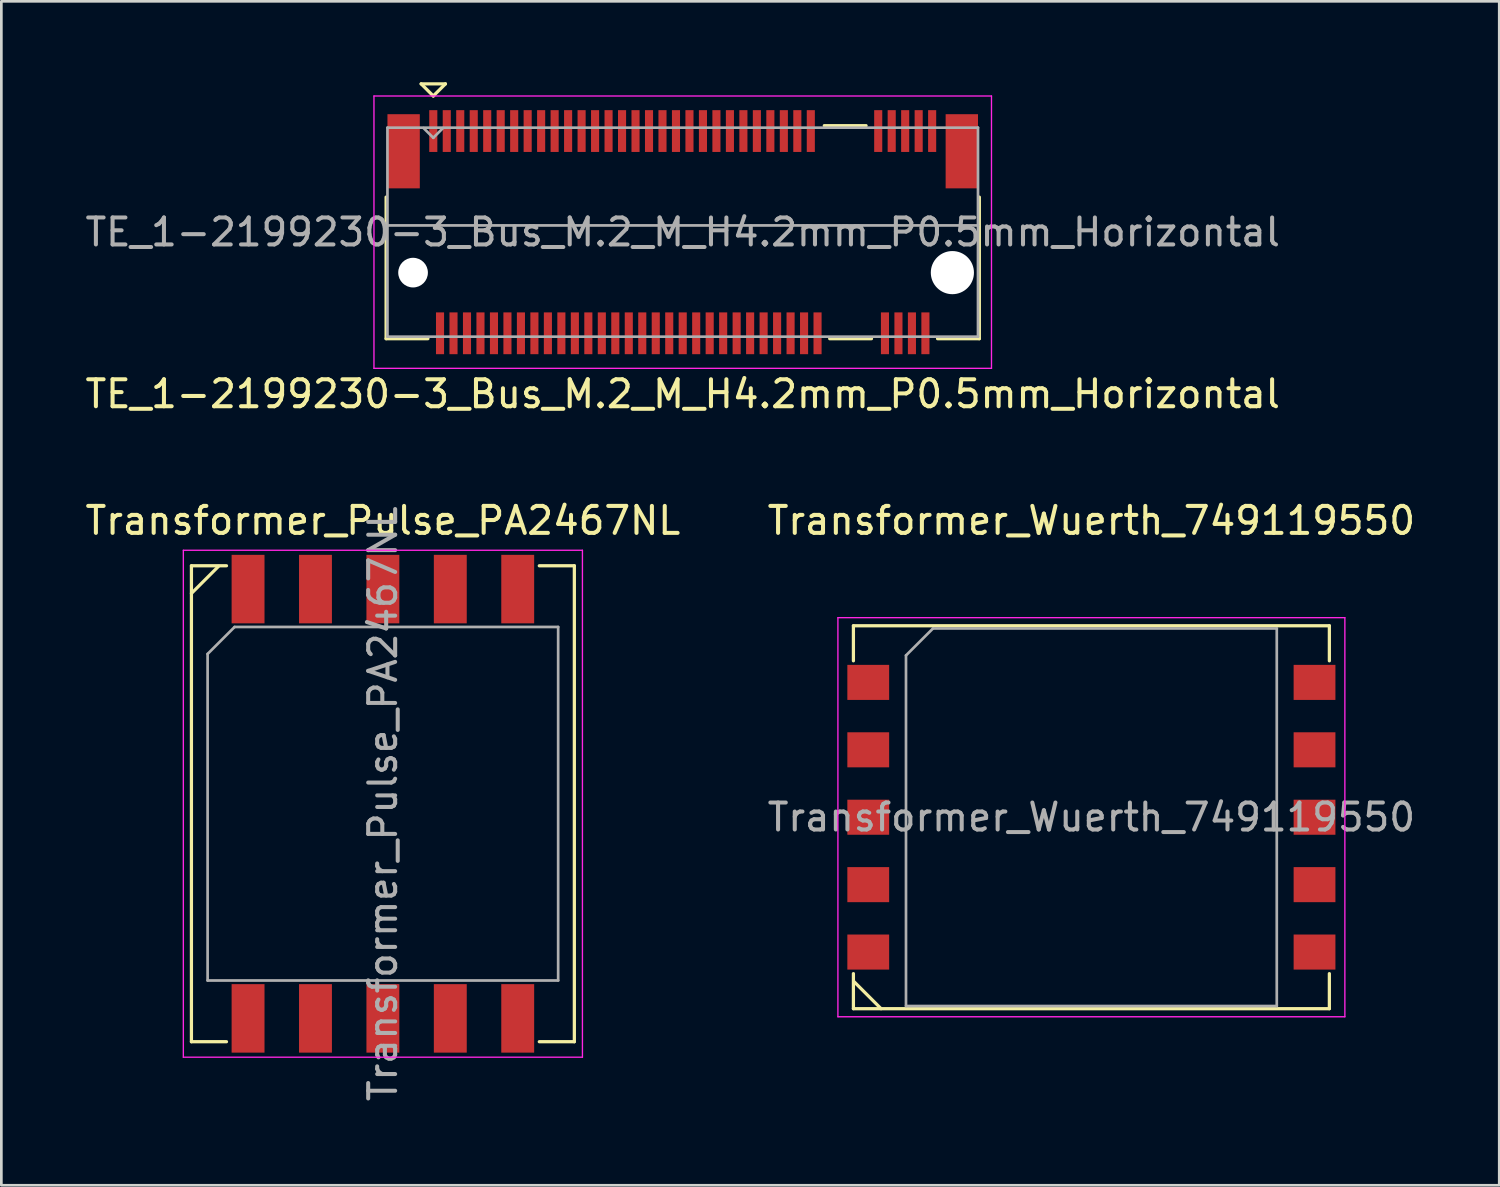
<source format=kicad_pcb>
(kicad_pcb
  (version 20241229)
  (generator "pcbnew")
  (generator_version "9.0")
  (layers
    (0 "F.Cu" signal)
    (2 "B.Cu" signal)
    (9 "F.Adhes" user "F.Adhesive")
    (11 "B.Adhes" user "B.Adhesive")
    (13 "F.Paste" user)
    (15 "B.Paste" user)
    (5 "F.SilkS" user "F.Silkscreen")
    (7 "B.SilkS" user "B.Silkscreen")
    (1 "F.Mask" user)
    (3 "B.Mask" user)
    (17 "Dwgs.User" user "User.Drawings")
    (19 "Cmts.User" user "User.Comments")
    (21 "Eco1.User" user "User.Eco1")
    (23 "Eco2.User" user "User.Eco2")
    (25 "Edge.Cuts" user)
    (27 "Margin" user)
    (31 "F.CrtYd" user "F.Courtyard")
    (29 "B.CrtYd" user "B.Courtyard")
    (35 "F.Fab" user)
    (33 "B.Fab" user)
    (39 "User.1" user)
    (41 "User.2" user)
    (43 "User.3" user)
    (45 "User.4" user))
  (footprint "Transformer_Pulse_PA2467NL"
    (layer "F.Cu")
    (at 11.149 26.756)
    (property "Reference" "Transformer_Pulse_PA2467NL" (at 0 -10.5 0) (layer "F.SilkS") (effects (font (size 1 1) (thickness 0.15))))
    (attr smd)
    (fp_line (start -7.1 -8.825) (end -5.8 -8.825) (stroke (width 0.12) (type solid)) (layer "F.SilkS"))
    (fp_line (start -7.1 -7.8) (end -6.1 -8.8) (stroke (width 0.12) (type solid)) (layer "F.SilkS"))
    (fp_line (start -7.1 8.825) (end -7.1 -8.825) (stroke (width 0.12) (type solid)) (layer "F.SilkS"))
    (fp_line (start -7.1 8.825) (end -5.8 8.825) (stroke (width 0.12) (type solid)) (layer "F.SilkS"))
    (fp_line (start 5.8 -8.825) (end 7.1 -8.825) (stroke (width 0.12) (type solid)) (layer "F.SilkS"))
    (fp_line (start 5.8 8.825) (end 7.1 8.825) (stroke (width 0.12) (type solid)) (layer "F.SilkS"))
    (fp_line (start 7.1 8.825) (end 7.1 -8.825) (stroke (width 0.12) (type solid)) (layer "F.SilkS"))
    (fp_line (start -7.4 -9.4) (end 7.4 -9.4) (stroke (width 0.05) (type solid)) (layer "F.CrtYd"))
    (fp_line (start -7.4 9.4) (end -7.4 -9.4) (stroke (width 0.05) (type solid)) (layer "F.CrtYd"))
    (fp_line (start 7.4 -9.4) (end 7.4 9.4) (stroke (width 0.05) (type solid)) (layer "F.CrtYd"))
    (fp_line (start 7.4 9.4) (end -7.4 9.4) (stroke (width 0.05) (type solid)) (layer "F.CrtYd"))
    (fp_line (start -6.5 -5.555) (end -5.5 -6.555) (stroke (width 0.1) (type solid)) (layer "F.Fab"))
    (fp_line (start -6.5 6.555) (end -6.5 -5.555) (stroke (width 0.1) (type solid)) (layer "F.Fab"))
    (fp_line (start -5.5 -6.555) (end 6.5 -6.555) (stroke (width 0.1) (type solid)) (layer "F.Fab"))
    (fp_line (start 6.5 -6.555) (end 6.5 6.555) (stroke (width 0.1) (type solid)) (layer "F.Fab"))
    (fp_line (start 6.5 6.555) (end -6.5 6.555) (stroke (width 0.1) (type solid)) (layer "F.Fab"))
    (fp_text user "${REFERENCE}" (at 0 0 270) (layer "F.Fab") (effects (font (size 1 1) (thickness 0.15))))
    (pad "1" smd rect (at -5 -7.96 270) (size 2.54 1.22) (layers "F.Cu" "F.Mask" "F.Paste"))
    (pad "2" smd rect (at -2.5 -7.96 270) (size 2.54 1.22) (layers "F.Cu" "F.Mask" "F.Paste"))
    (pad "3" smd rect (at 0 -7.96 270) (size 2.54 1.22) (layers "F.Cu" "F.Mask" "F.Paste"))
    (pad "4" smd rect (at 2.5 -7.96 270) (size 2.54 1.22) (layers "F.Cu" "F.Mask" "F.Paste"))
    (pad "5" smd rect (at 5 -7.96 270) (size 2.54 1.22) (layers "F.Cu" "F.Mask" "F.Paste"))
    (pad "6" smd rect (at 5 7.96 270) (size 2.54 1.22) (layers "F.Cu" "F.Mask" "F.Paste"))
    (pad "7" smd rect (at 2.5 7.96 270) (size 2.54 1.22) (layers "F.Cu" "F.Mask" "F.Paste"))
    (pad "8" smd rect (at 0 7.96 270) (size 2.54 1.22) (layers "F.Cu" "F.Mask" "F.Paste"))
    (pad "9" smd rect (at -2.5 7.96 270) (size 2.54 1.22) (layers "F.Cu" "F.Mask" "F.Paste"))
    (pad "10" smd rect (at -5 7.96 270) (size 2.54 1.22) (layers "F.Cu" "F.Mask" "F.Paste")))
  (footprint "TE_1-2199230-3_Bus_M.2_M_H4.2mm_P0.5mm_Horizontal"
    (layer "F.Cu")
    (at 22.268 5.56)
    (property "Reference" "TE_1-2199230-3_Bus_M.2_M_H4.2mm_P0.5mm_Horizontal" (at 0 6 0) (layer "F.SilkS") (effects (font (size 1 1) (thickness 0.15))))
    (attr smd)
    (fp_line (start -11 3.95) (end -11 -1.3) (stroke (width 0.12) (type solid)) (layer "F.SilkS"))
    (fp_line (start -9.7 -5.5) (end -8.8 -5.5) (stroke (width 0.12) (type solid)) (layer "F.SilkS"))
    (fp_line (start -9.45 3.95) (end -11 3.95) (stroke (width 0.12) (type solid)) (layer "F.SilkS"))
    (fp_line (start -9.25 -5.05) (end -9.7 -5.5) (stroke (width 0.12) (type solid)) (layer "F.SilkS"))
    (fp_line (start -8.8 -5.5) (end -9.25 -5.05) (stroke (width 0.12) (type solid)) (layer "F.SilkS"))
    (fp_line (start 6.8 -3.95) (end 5.25 -3.95) (stroke (width 0.12) (type solid)) (layer "F.SilkS"))
    (fp_line (start 7 3.95) (end 5.45 3.95) (stroke (width 0.12) (type solid)) (layer "F.SilkS"))
    (fp_line (start 11 -1.3) (end 11 3.95) (stroke (width 0.12) (type solid)) (layer "F.SilkS"))
    (fp_line (start 11 3.95) (end 9.45 3.95) (stroke (width 0.12) (type solid)) (layer "F.SilkS"))
    (fp_line (start -11.45 -5.05) (end 11.45 -5.05) (stroke (width 0.05) (type solid)) (layer "F.CrtYd"))
    (fp_line (start -11.45 5.05) (end -11.45 -5.05) (stroke (width 0.05) (type solid)) (layer "F.CrtYd"))
    (fp_line (start -11.45 5.05) (end 11.45 5.05) (stroke (width 0.05) (type solid)) (layer "F.CrtYd"))
    (fp_line (start 11.45 -5.05) (end 11.45 5.05) (stroke (width 0.05) (type solid)) (layer "F.CrtYd"))
    (fp_line (start -10.95 -3.875) (end -10.95 3.875) (stroke (width 0.1) (type solid)) (layer "F.Fab"))
    (fp_line (start -10.95 -0.25) (end 10.95 -0.25) (stroke (width 0.1) (type solid)) (layer "F.Fab"))
    (fp_line (start -10.95 3.875) (end 10.95 3.875) (stroke (width 0.1) (type solid)) (layer "F.Fab"))
    (fp_line (start -9.25 -3.5) (end -9.61 -3.86) (stroke (width 0.1) (type solid)) (layer "F.Fab"))
    (fp_line (start -9.25 -3.5) (end -8.89 -3.86) (stroke (width 0.1) (type solid)) (layer "F.Fab"))
    (fp_line (start 10.95 -3.875) (end -10.95 -3.875) (stroke (width 0.1) (type solid)) (layer "F.Fab"))
    (fp_line (start 10.95 -3.875) (end 10.95 3.875) (stroke (width 0.1) (type solid)) (layer "F.Fab"))
    (fp_text user "${REFERENCE}" (at 0 0 0) (layer "F.Fab") (effects (font (size 1 1) (thickness 0.15))))
    (pad "" np_thru_hole circle (at -10 1.5) (size 1.1 1.1) (drill 1.1) (layers "*.Cu" "*.Mask"))
    (pad "" np_thru_hole circle (at 10 1.5) (size 1.6 1.6) (drill 1.6) (layers "*.Cu" "*.Mask"))
    (pad "1" smd rect (at -9.25 -3.75) (size 0.3 1.55) (layers "F.Cu" "F.Mask" "F.Paste"))
    (pad "2" smd rect (at -9 3.75) (size 0.3 1.55) (layers "F.Cu" "F.Mask" "F.Paste"))
    (pad "3" smd rect (at -8.75 -3.75) (size 0.3 1.55) (layers "F.Cu" "F.Mask" "F.Paste"))
    (pad "4" smd rect (at -8.5 3.75) (size 0.3 1.55) (layers "F.Cu" "F.Mask" "F.Paste"))
    (pad "5" smd rect (at -8.25 -3.75) (size 0.3 1.55) (layers "F.Cu" "F.Mask" "F.Paste"))
    (pad "6" smd rect (at -8 3.75) (size 0.3 1.55) (layers "F.Cu" "F.Mask" "F.Paste"))
    (pad "7" smd rect (at -7.75 -3.75) (size 0.3 1.55) (layers "F.Cu" "F.Mask" "F.Paste"))
    (pad "8" smd rect (at -7.5 3.75) (size 0.3 1.55) (layers "F.Cu" "F.Mask" "F.Paste"))
    (pad "9" smd rect (at -7.25 -3.75) (size 0.3 1.55) (layers "F.Cu" "F.Mask" "F.Paste"))
    (pad "10" smd rect (at -7 3.75) (size 0.3 1.55) (layers "F.Cu" "F.Mask" "F.Paste"))
    (pad "11" smd rect (at -6.75 -3.75) (size 0.3 1.55) (layers "F.Cu" "F.Mask" "F.Paste"))
    (pad "12" smd rect (at -6.5 3.75) (size 0.3 1.55) (layers "F.Cu" "F.Mask" "F.Paste"))
    (pad "13" smd rect (at -6.25 -3.75) (size 0.3 1.55) (layers "F.Cu" "F.Mask" "F.Paste"))
    (pad "14" smd rect (at -6 3.75) (size 0.3 1.55) (layers "F.Cu" "F.Mask" "F.Paste"))
    (pad "15" smd rect (at -5.75 -3.75) (size 0.3 1.55) (layers "F.Cu" "F.Mask" "F.Paste"))
    (pad "16" smd rect (at -5.5 3.75) (size 0.3 1.55) (layers "F.Cu" "F.Mask" "F.Paste"))
    (pad "17" smd rect (at -5.25 -3.75) (size 0.3 1.55) (layers "F.Cu" "F.Mask" "F.Paste"))
    (pad "18" smd rect (at -5 3.75) (size 0.3 1.55) (layers "F.Cu" "F.Mask" "F.Paste"))
    (pad "19" smd rect (at -4.75 -3.75) (size 0.3 1.55) (layers "F.Cu" "F.Mask" "F.Paste"))
    (pad "20" smd rect (at -4.5 3.75) (size 0.3 1.55) (layers "F.Cu" "F.Mask" "F.Paste"))
    (pad "21" smd rect (at -4.25 -3.75) (size 0.3 1.55) (layers "F.Cu" "F.Mask" "F.Paste"))
    (pad "22" smd rect (at -4 3.75) (size 0.3 1.55) (layers "F.Cu" "F.Mask" "F.Paste"))
    (pad "23" smd rect (at -3.75 -3.75) (size 0.3 1.55) (layers "F.Cu" "F.Mask" "F.Paste"))
    (pad "24" smd rect (at -3.5 3.75) (size 0.3 1.55) (layers "F.Cu" "F.Mask" "F.Paste"))
    (pad "25" smd rect (at -3.25 -3.75) (size 0.3 1.55) (layers "F.Cu" "F.Mask" "F.Paste"))
    (pad "26" smd rect (at -3 3.75) (size 0.3 1.55) (layers "F.Cu" "F.Mask" "F.Paste"))
    (pad "27" smd rect (at -2.75 -3.75) (size 0.3 1.55) (layers "F.Cu" "F.Mask" "F.Paste"))
    (pad "28" smd rect (at -2.5 3.75) (size 0.3 1.55) (layers "F.Cu" "F.Mask" "F.Paste"))
    (pad "29" smd rect (at -2.25 -3.75) (size 0.3 1.55) (layers "F.Cu" "F.Mask" "F.Paste"))
    (pad "30" smd rect (at -2 3.75) (size 0.3 1.55) (layers "F.Cu" "F.Mask" "F.Paste"))
    (pad "31" smd rect (at -1.75 -3.75) (size 0.3 1.55) (layers "F.Cu" "F.Mask" "F.Paste"))
    (pad "32" smd rect (at -1.5 3.75) (size 0.3 1.55) (layers "F.Cu" "F.Mask" "F.Paste"))
    (pad "33" smd rect (at -1.25 -3.75) (size 0.3 1.55) (layers "F.Cu" "F.Mask" "F.Paste"))
    (pad "34" smd rect (at -1 3.75) (size 0.3 1.55) (layers "F.Cu" "F.Mask" "F.Paste"))
    (pad "35" smd rect (at -0.75 -3.75) (size 0.3 1.55) (layers "F.Cu" "F.Mask" "F.Paste"))
    (pad "36" smd rect (at -0.5 3.75) (size 0.3 1.55) (layers "F.Cu" "F.Mask" "F.Paste"))
    (pad "37" smd rect (at -0.25 -3.75) (size 0.3 1.55) (layers "F.Cu" "F.Mask" "F.Paste"))
    (pad "38" smd rect (at 0 3.75) (size 0.3 1.55) (layers "F.Cu" "F.Mask" "F.Paste"))
    (pad "39" smd rect (at 0.25 -3.75) (size 0.3 1.55) (layers "F.Cu" "F.Mask" "F.Paste"))
    (pad "40" smd rect (at 0.5 3.75) (size 0.3 1.55) (layers "F.Cu" "F.Mask" "F.Paste"))
    (pad "41" smd rect (at 0.75 -3.75) (size 0.3 1.55) (layers "F.Cu" "F.Mask" "F.Paste"))
    (pad "42" smd rect (at 1 3.75) (size 0.3 1.55) (layers "F.Cu" "F.Mask" "F.Paste"))
    (pad "43" smd rect (at 1.25 -3.75) (size 0.3 1.55) (layers "F.Cu" "F.Mask" "F.Paste"))
    (pad "44" smd rect (at 1.5 3.75) (size 0.3 1.55) (layers "F.Cu" "F.Mask" "F.Paste"))
    (pad "45" smd rect (at 1.75 -3.75) (size 0.3 1.55) (layers "F.Cu" "F.Mask" "F.Paste"))
    (pad "46" smd rect (at 2 3.75) (size 0.3 1.55) (layers "F.Cu" "F.Mask" "F.Paste"))
    (pad "47" smd rect (at 2.25 -3.75) (size 0.3 1.55) (layers "F.Cu" "F.Mask" "F.Paste"))
    (pad "48" smd rect (at 2.5 3.75) (size 0.3 1.55) (layers "F.Cu" "F.Mask" "F.Paste"))
    (pad "49" smd rect (at 2.75 -3.75) (size 0.3 1.55) (layers "F.Cu" "F.Mask" "F.Paste"))
    (pad "50" smd rect (at 3 3.75) (size 0.3 1.55) (layers "F.Cu" "F.Mask" "F.Paste"))
    (pad "51" smd rect (at 3.25 -3.75) (size 0.3 1.55) (layers "F.Cu" "F.Mask" "F.Paste"))
    (pad "52" smd rect (at 3.5 3.75) (size 0.3 1.55) (layers "F.Cu" "F.Mask" "F.Paste"))
    (pad "53" smd rect (at 3.75 -3.75) (size 0.3 1.55) (layers "F.Cu" "F.Mask" "F.Paste"))
    (pad "54" smd rect (at 4 3.75) (size 0.3 1.55) (layers "F.Cu" "F.Mask" "F.Paste"))
    (pad "55" smd rect (at 4.25 -3.75) (size 0.3 1.55) (layers "F.Cu" "F.Mask" "F.Paste"))
    (pad "56" smd rect (at 4.5 3.75) (size 0.3 1.55) (layers "F.Cu" "F.Mask" "F.Paste"))
    (pad "57" smd rect (at 4.75 -3.75) (size 0.3 1.55) (layers "F.Cu" "F.Mask" "F.Paste"))
    (pad "58" smd rect (at 5 3.75) (size 0.3 1.55) (layers "F.Cu" "F.Mask" "F.Paste"))
    (pad "67" smd rect (at 7.25 -3.75) (size 0.3 1.55) (layers "F.Cu" "F.Mask" "F.Paste"))
    (pad "68" smd rect (at 7.5 3.75) (size 0.3 1.55) (layers "F.Cu" "F.Mask" "F.Paste"))
    (pad "69" smd rect (at 7.75 -3.75) (size 0.3 1.55) (layers "F.Cu" "F.Mask" "F.Paste"))
    (pad "70" smd rect (at 8 3.75) (size 0.3 1.55) (layers "F.Cu" "F.Mask" "F.Paste"))
    (pad "71" smd rect (at 8.25 -3.75) (size 0.3 1.55) (layers "F.Cu" "F.Mask" "F.Paste"))
    (pad "72" smd rect (at 8.5 3.75) (size 0.3 1.55) (layers "F.Cu" "F.Mask" "F.Paste"))
    (pad "73" smd rect (at 8.75 -3.75) (size 0.3 1.55) (layers "F.Cu" "F.Mask" "F.Paste"))
    (pad "74" smd rect (at 9 3.75) (size 0.3 1.55) (layers "F.Cu" "F.Mask" "F.Paste"))
    (pad "75" smd rect (at 9.25 -3.75) (size 0.3 1.55) (layers "F.Cu" "F.Mask" "F.Paste"))
    (pad "MP" smd rect (at -10.35 -3) (size 1.2 2.75) (layers "F.Cu" "F.Mask" "F.Paste"))
    (pad "MP" smd rect (at 10.35 -3) (size 1.2 2.75) (layers "F.Cu" "F.Mask" "F.Paste")))
  (footprint "Transformer_Wuerth_749119550"
    (layer "F.Cu")
    (at 37.423 27.256)
    (property "Reference" "Transformer_Wuerth_749119550" (at 0 -11 0) (layer "F.SilkS") (effects (font (size 1 1) (thickness 0.15))))
    (attr smd)
    (fp_line (start -8.825 -5.8) (end -8.825 -7.1) (stroke (width 0.12) (type solid)) (layer "F.SilkS"))
    (fp_line (start -8.825 7.1) (end -8.825 5.8) (stroke (width 0.12) (type solid)) (layer "F.SilkS"))
    (fp_line (start -7.8 7.1) (end -8.8 6.1) (stroke (width 0.12) (type solid)) (layer "F.SilkS"))
    (fp_line (start 8.825 -7.1) (end -8.825 -7.1) (stroke (width 0.12) (type solid)) (layer "F.SilkS"))
    (fp_line (start 8.825 -5.8) (end 8.825 -7.1) (stroke (width 0.12) (type solid)) (layer "F.SilkS"))
    (fp_line (start 8.825 7.1) (end -8.825 7.1) (stroke (width 0.12) (type solid)) (layer "F.SilkS"))
    (fp_line (start 8.825 7.1) (end 8.825 5.8) (stroke (width 0.12) (type solid)) (layer "F.SilkS"))
    (fp_line (start -9.4 -7.4) (end 9.4 -7.4) (stroke (width 0.05) (type solid)) (layer "F.CrtYd"))
    (fp_line (start -9.4 7.4) (end -9.4 -7.4) (stroke (width 0.05) (type solid)) (layer "F.CrtYd"))
    (fp_line (start 9.4 -7.4) (end 9.4 7.4) (stroke (width 0.05) (type solid)) (layer "F.CrtYd"))
    (fp_line (start 9.4 7.4) (end -9.4 7.4) (stroke (width 0.05) (type solid)) (layer "F.CrtYd"))
    (fp_line (start -6.875 7) (end -6.875 -6) (stroke (width 0.1) (type solid)) (layer "F.Fab"))
    (fp_line (start -5.875 -7) (end -6.875 -6) (stroke (width 0.1) (type solid)) (layer "F.Fab"))
    (fp_line (start -5.875 -7) (end 6.875 -7) (stroke (width 0.1) (type solid)) (layer "F.Fab"))
    (fp_line (start 6.875 -7) (end 6.875 7) (stroke (width 0.1) (type solid)) (layer "F.Fab"))
    (fp_line (start 6.875 7) (end -6.875 7) (stroke (width 0.1) (type solid)) (layer "F.Fab"))
    (fp_text user "${REFERENCE}" (at 0 0 0) (layer "F.Fab") (effects (font (size 1 1) (thickness 0.15))))
    (pad "1" smd rect (at -8.275 5) (size 1.55 1.3) (layers "F.Cu" "F.Mask" "F.Paste"))
    (pad "2" smd rect (at -8.275 2.5) (size 1.55 1.3) (layers "F.Cu" "F.Mask" "F.Paste"))
    (pad "3" smd rect (at -8.275 0) (size 1.55 1.3) (layers "F.Cu" "F.Mask" "F.Paste"))
    (pad "4" smd rect (at -8.275 -2.5) (size 1.55 1.3) (layers "F.Cu" "F.Mask" "F.Paste"))
    (pad "5" smd rect (at -8.275 -5) (size 1.55 1.3) (layers "F.Cu" "F.Mask" "F.Paste"))
    (pad "6" smd rect (at 8.275 -5) (size 1.55 1.3) (layers "F.Cu" "F.Mask" "F.Paste"))
    (pad "7" smd rect (at 8.275 -2.5) (size 1.55 1.3) (layers "F.Cu" "F.Mask" "F.Paste"))
    (pad "8" smd rect (at 8.275 0) (size 1.55 1.3) (layers "F.Cu" "F.Mask" "F.Paste"))
    (pad "9" smd rect (at 8.275 2.5) (size 1.55 1.3) (layers "F.Cu" "F.Mask" "F.Paste"))
    (pad "10" smd rect (at 8.275 5) (size 1.55 1.3) (layers "F.Cu" "F.Mask" "F.Paste")))
  (gr_rect
    (start -3 -3)
    (end 52.548 40.905)
    (stroke (width 0.1) (type default))
    (fill no)
    (layer "Edge.Cuts")))
</source>
